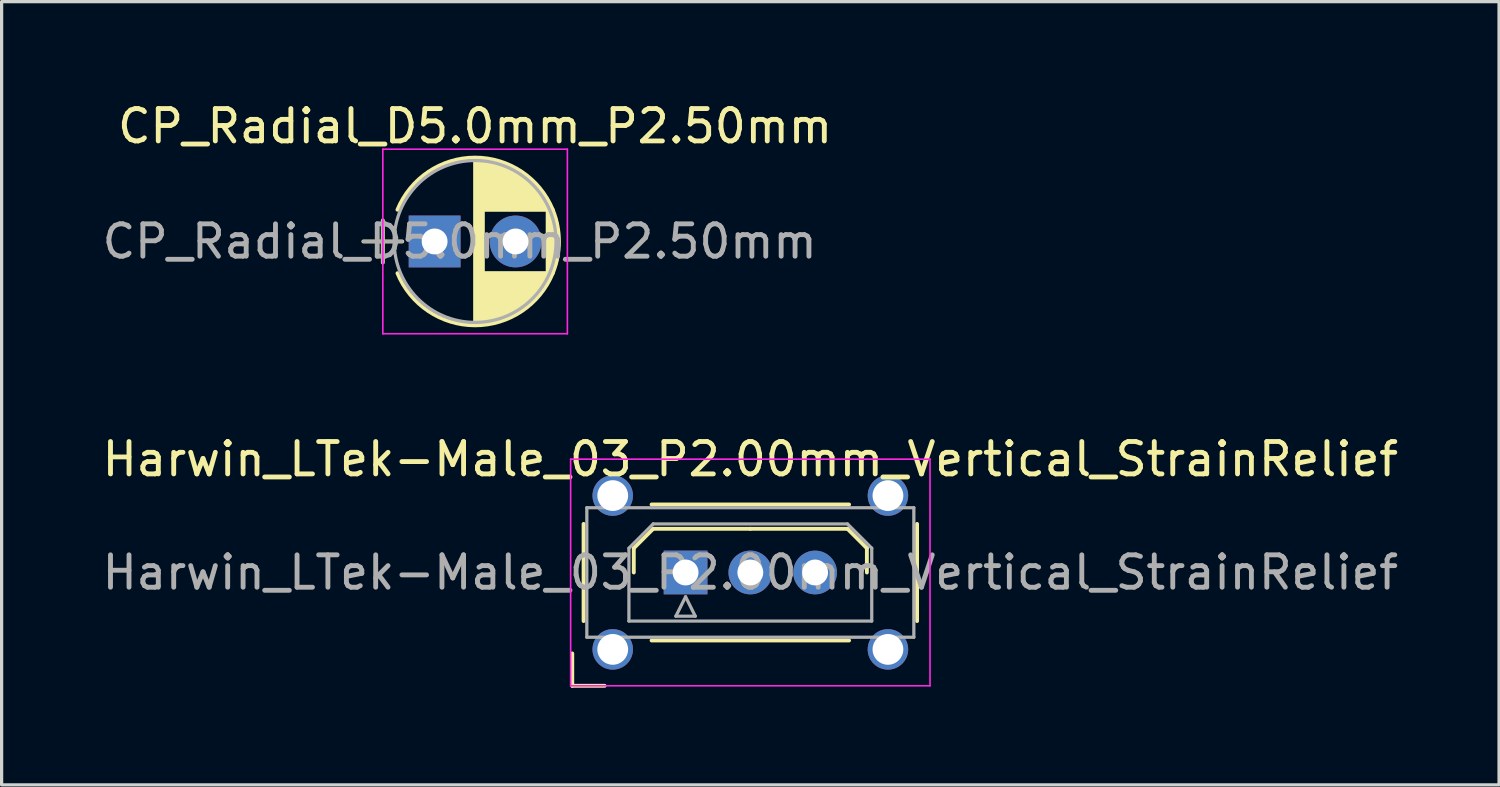
<source format=kicad_pcb>
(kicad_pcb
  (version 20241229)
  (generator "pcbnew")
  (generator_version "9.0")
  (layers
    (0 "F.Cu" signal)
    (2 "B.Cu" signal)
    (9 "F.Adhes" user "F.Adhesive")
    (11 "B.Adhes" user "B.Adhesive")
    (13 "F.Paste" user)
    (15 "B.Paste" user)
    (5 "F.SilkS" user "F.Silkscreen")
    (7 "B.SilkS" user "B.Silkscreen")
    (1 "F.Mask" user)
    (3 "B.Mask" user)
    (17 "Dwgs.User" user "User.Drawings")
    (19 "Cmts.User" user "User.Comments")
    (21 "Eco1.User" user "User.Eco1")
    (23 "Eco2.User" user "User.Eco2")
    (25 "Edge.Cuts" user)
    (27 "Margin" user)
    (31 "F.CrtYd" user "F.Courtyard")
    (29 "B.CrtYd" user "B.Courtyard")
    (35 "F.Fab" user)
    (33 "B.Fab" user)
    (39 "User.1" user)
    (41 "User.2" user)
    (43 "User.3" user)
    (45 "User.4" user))
  (footprint "Harwin_LTek-Male_03_P2.00mm_Vertical_StrainRelief"
    (layer "F.Cu")
    (at 18.125 14.632)
    (property "Reference" "Harwin_LTek-Male_03_P2.00mm_Vertical_StrainRelief" (at 2 -3.5 0) (layer "F.SilkS") (effects (font (size 1 1) (thickness 0.15))))
    (attr through_hole)
    (fp_line (start -3.5 2.5) (end -3.5 3.5) (stroke (width 0.12) (type solid)) (layer "F.SilkS"))
    (fp_line (start -3.5 3.5) (end -2.5 3.5) (stroke (width 0.12) (type solid)) (layer "F.SilkS"))
    (fp_line (start -3.15 -1.5) (end -3.15 1.5) (stroke (width 0.12) (type solid)) (layer "F.SilkS"))
    (fp_line (start -1.6 -0.75) (end -1 -1.35) (stroke (width 0.12) (type solid)) (layer "F.SilkS"))
    (fp_line (start -1.6 0) (end -1.6 -0.75) (stroke (width 0.12) (type solid)) (layer "F.SilkS"))
    (fp_line (start -1.05 -2.1) (end 5.05 -2.1) (stroke (width 0.12) (type solid)) (layer "F.SilkS"))
    (fp_line (start -1.05 2.1) (end 5.05 2.1) (stroke (width 0.12) (type solid)) (layer "F.SilkS"))
    (fp_line (start -1 -1.35) (end 2 -1.35) (stroke (width 0.12) (type solid)) (layer "F.SilkS"))
    (fp_line (start 5 -1.35) (end 2 -1.35) (stroke (width 0.12) (type solid)) (layer "F.SilkS"))
    (fp_line (start 5.6 -0.75) (end 5 -1.35) (stroke (width 0.12) (type solid)) (layer "F.SilkS"))
    (fp_line (start 5.6 0) (end 5.6 -0.75) (stroke (width 0.12) (type solid)) (layer "F.SilkS"))
    (fp_line (start 7.15 -1.5) (end 7.15 1.5) (stroke (width 0.12) (type solid)) (layer "F.SilkS"))
    (fp_line (start -3.55 -3.5) (end -3.55 3.5) (stroke (width 0.05) (type solid)) (layer "F.CrtYd"))
    (fp_line (start -3.55 3.5) (end 7.55 3.5) (stroke (width 0.05) (type solid)) (layer "F.CrtYd"))
    (fp_line (start 7.55 -3.5) (end -3.55 -3.5) (stroke (width 0.05) (type solid)) (layer "F.CrtYd"))
    (fp_line (start 7.55 3.5) (end 7.55 -3.5) (stroke (width 0.05) (type solid)) (layer "F.CrtYd"))
    (fp_line (start -3.05 -2) (end -3.05 2) (stroke (width 0.1) (type solid)) (layer "F.Fab"))
    (fp_line (start -3.05 2) (end 7.05 2) (stroke (width 0.1) (type solid)) (layer "F.Fab"))
    (fp_line (start -1.75 -0.75) (end -1 -1.5) (stroke (width 0.1) (type solid)) (layer "F.Fab"))
    (fp_line (start -1.75 1.5) (end -1.75 -0.75) (stroke (width 0.1) (type solid)) (layer "F.Fab"))
    (fp_line (start -1 -1.5) (end 5 -1.5) (stroke (width 0.1) (type solid)) (layer "F.Fab"))
    (fp_line (start -0.3 1.35) (end 0.3 1.35) (stroke (width 0.1) (type solid)) (layer "F.Fab"))
    (fp_line (start 0 0.75) (end -0.3 1.35) (stroke (width 0.1) (type solid)) (layer "F.Fab"))
    (fp_line (start 0.3 1.35) (end 0 0.75) (stroke (width 0.1) (type solid)) (layer "F.Fab"))
    (fp_line (start 5 -1.5) (end 5.75 -0.75) (stroke (width 0.1) (type solid)) (layer "F.Fab"))
    (fp_line (start 5.75 -0.75) (end 5.75 1.5) (stroke (width 0.1) (type solid)) (layer "F.Fab"))
    (fp_line (start 5.75 1.5) (end -1.75 1.5) (stroke (width 0.1) (type solid)) (layer "F.Fab"))
    (fp_line (start 7.05 -2) (end -3.05 -2) (stroke (width 0.1) (type solid)) (layer "F.Fab"))
    (fp_line (start 7.05 2) (end 7.05 -2) (stroke (width 0.1) (type solid)) (layer "F.Fab"))
    (fp_text user "${REFERENCE}" (at 2 0 0) (layer "F.Fab") (effects (font (size 1 1) (thickness 0.15))))
    (pad "" thru_hole circle (at -2.25 -2.375) (size 1.25 1.25) (drill 0.95) (layers "*.Cu" "*.Mask"))
    (pad "" thru_hole circle (at -2.25 2.375) (size 1.25 1.25) (drill 0.95) (layers "*.Cu" "*.Mask"))
    (pad "" thru_hole circle (at 6.25 -2.375) (size 1.25 1.25) (drill 0.95) (layers "*.Cu" "*.Mask"))
    (pad "" thru_hole circle (at 6.25 2.375) (size 1.25 1.25) (drill 0.95) (layers "*.Cu" "*.Mask"))
    (pad "1" thru_hole rect (at 0 0) (size 1.35 1.35) (drill 0.8) (layers "*.Cu" "*.Mask"))
    (pad "2" thru_hole circle (at 2 0) (size 1.35 1.35) (drill 0.8) (layers "*.Cu" "*.Mask"))
    (pad "3" thru_hole circle (at 4 0) (size 1.35 1.35) (drill 0.8) (layers "*.Cu" "*.Mask")))
  (footprint "CP_Radial_D5.0mm_P2.50mm"
    (layer "F.Cu")
    (at 10.374 4.408)
    (property "Reference" "CP_Radial_D5.0mm_P2.50mm" (at 1.25 -3.56 0) (layer "F.SilkS") (effects (font (size 1 1) (thickness 0.15))))
    (attr through_hole)
    (fp_line (start -2.2 0) (end -1 0) (stroke (width 0.12) (type solid)) (layer "F.SilkS"))
    (fp_line (start -1.6 -0.65) (end -1.6 0.65) (stroke (width 0.12) (type solid)) (layer "F.SilkS"))
    (fp_line (start 1.25 -2.55) (end 1.25 2.55) (stroke (width 0.12) (type solid)) (layer "F.SilkS"))
    (fp_line (start 1.29 -2.55) (end 1.29 2.55) (stroke (width 0.12) (type solid)) (layer "F.SilkS"))
    (fp_line (start 1.33 -2.549) (end 1.33 2.549) (stroke (width 0.12) (type solid)) (layer "F.SilkS"))
    (fp_line (start 1.37 -2.548) (end 1.37 2.548) (stroke (width 0.12) (type solid)) (layer "F.SilkS"))
    (fp_line (start 1.41 -2.546) (end 1.41 2.546) (stroke (width 0.12) (type solid)) (layer "F.SilkS"))
    (fp_line (start 1.45 -2.543) (end 1.45 2.543) (stroke (width 0.12) (type solid)) (layer "F.SilkS"))
    (fp_line (start 1.49 -2.539) (end 1.49 2.539) (stroke (width 0.12) (type solid)) (layer "F.SilkS"))
    (fp_line (start 1.53 -2.535) (end 1.53 -0.98) (stroke (width 0.12) (type solid)) (layer "F.SilkS"))
    (fp_line (start 1.53 0.98) (end 1.53 2.535) (stroke (width 0.12) (type solid)) (layer "F.SilkS"))
    (fp_line (start 1.57 -2.531) (end 1.57 -0.98) (stroke (width 0.12) (type solid)) (layer "F.SilkS"))
    (fp_line (start 1.57 0.98) (end 1.57 2.531) (stroke (width 0.12) (type solid)) (layer "F.SilkS"))
    (fp_line (start 1.61 -2.525) (end 1.61 -0.98) (stroke (width 0.12) (type solid)) (layer "F.SilkS"))
    (fp_line (start 1.61 0.98) (end 1.61 2.525) (stroke (width 0.12) (type solid)) (layer "F.SilkS"))
    (fp_line (start 1.65 -2.519) (end 1.65 -0.98) (stroke (width 0.12) (type solid)) (layer "F.SilkS"))
    (fp_line (start 1.65 0.98) (end 1.65 2.519) (stroke (width 0.12) (type solid)) (layer "F.SilkS"))
    (fp_line (start 1.69 -2.513) (end 1.69 -0.98) (stroke (width 0.12) (type solid)) (layer "F.SilkS"))
    (fp_line (start 1.69 0.98) (end 1.69 2.513) (stroke (width 0.12) (type solid)) (layer "F.SilkS"))
    (fp_line (start 1.73 -2.506) (end 1.73 -0.98) (stroke (width 0.12) (type solid)) (layer "F.SilkS"))
    (fp_line (start 1.73 0.98) (end 1.73 2.506) (stroke (width 0.12) (type solid)) (layer "F.SilkS"))
    (fp_line (start 1.77 -2.498) (end 1.77 -0.98) (stroke (width 0.12) (type solid)) (layer "F.SilkS"))
    (fp_line (start 1.77 0.98) (end 1.77 2.498) (stroke (width 0.12) (type solid)) (layer "F.SilkS"))
    (fp_line (start 1.81 -2.489) (end 1.81 -0.98) (stroke (width 0.12) (type solid)) (layer "F.SilkS"))
    (fp_line (start 1.81 0.98) (end 1.81 2.489) (stroke (width 0.12) (type solid)) (layer "F.SilkS"))
    (fp_line (start 1.85 -2.48) (end 1.85 -0.98) (stroke (width 0.12) (type solid)) (layer "F.SilkS"))
    (fp_line (start 1.85 0.98) (end 1.85 2.48) (stroke (width 0.12) (type solid)) (layer "F.SilkS"))
    (fp_line (start 1.89 -2.47) (end 1.89 -0.98) (stroke (width 0.12) (type solid)) (layer "F.SilkS"))
    (fp_line (start 1.89 0.98) (end 1.89 2.47) (stroke (width 0.12) (type solid)) (layer "F.SilkS"))
    (fp_line (start 1.93 -2.46) (end 1.93 -0.98) (stroke (width 0.12) (type solid)) (layer "F.SilkS"))
    (fp_line (start 1.93 0.98) (end 1.93 2.46) (stroke (width 0.12) (type solid)) (layer "F.SilkS"))
    (fp_line (start 1.971 -2.448) (end 1.971 -0.98) (stroke (width 0.12) (type solid)) (layer "F.SilkS"))
    (fp_line (start 1.971 0.98) (end 1.971 2.448) (stroke (width 0.12) (type solid)) (layer "F.SilkS"))
    (fp_line (start 2.011 -2.436) (end 2.011 -0.98) (stroke (width 0.12) (type solid)) (layer "F.SilkS"))
    (fp_line (start 2.011 0.98) (end 2.011 2.436) (stroke (width 0.12) (type solid)) (layer "F.SilkS"))
    (fp_line (start 2.051 -2.424) (end 2.051 -0.98) (stroke (width 0.12) (type solid)) (layer "F.SilkS"))
    (fp_line (start 2.051 0.98) (end 2.051 2.424) (stroke (width 0.12) (type solid)) (layer "F.SilkS"))
    (fp_line (start 2.091 -2.41) (end 2.091 -0.98) (stroke (width 0.12) (type solid)) (layer "F.SilkS"))
    (fp_line (start 2.091 0.98) (end 2.091 2.41) (stroke (width 0.12) (type solid)) (layer "F.SilkS"))
    (fp_line (start 2.131 -2.396) (end 2.131 -0.98) (stroke (width 0.12) (type solid)) (layer "F.SilkS"))
    (fp_line (start 2.131 0.98) (end 2.131 2.396) (stroke (width 0.12) (type solid)) (layer "F.SilkS"))
    (fp_line (start 2.171 -2.382) (end 2.171 -0.98) (stroke (width 0.12) (type solid)) (layer "F.SilkS"))
    (fp_line (start 2.171 0.98) (end 2.171 2.382) (stroke (width 0.12) (type solid)) (layer "F.SilkS"))
    (fp_line (start 2.211 -2.366) (end 2.211 -0.98) (stroke (width 0.12) (type solid)) (layer "F.SilkS"))
    (fp_line (start 2.211 0.98) (end 2.211 2.366) (stroke (width 0.12) (type solid)) (layer "F.SilkS"))
    (fp_line (start 2.251 -2.35) (end 2.251 -0.98) (stroke (width 0.12) (type solid)) (layer "F.SilkS"))
    (fp_line (start 2.251 0.98) (end 2.251 2.35) (stroke (width 0.12) (type solid)) (layer "F.SilkS"))
    (fp_line (start 2.291 -2.333) (end 2.291 -0.98) (stroke (width 0.12) (type solid)) (layer "F.SilkS"))
    (fp_line (start 2.291 0.98) (end 2.291 2.333) (stroke (width 0.12) (type solid)) (layer "F.SilkS"))
    (fp_line (start 2.331 -2.315) (end 2.331 -0.98) (stroke (width 0.12) (type solid)) (layer "F.SilkS"))
    (fp_line (start 2.331 0.98) (end 2.331 2.315) (stroke (width 0.12) (type solid)) (layer "F.SilkS"))
    (fp_line (start 2.371 -2.296) (end 2.371 -0.98) (stroke (width 0.12) (type solid)) (layer "F.SilkS"))
    (fp_line (start 2.371 0.98) (end 2.371 2.296) (stroke (width 0.12) (type solid)) (layer "F.SilkS"))
    (fp_line (start 2.411 -2.276) (end 2.411 -0.98) (stroke (width 0.12) (type solid)) (layer "F.SilkS"))
    (fp_line (start 2.411 0.98) (end 2.411 2.276) (stroke (width 0.12) (type solid)) (layer "F.SilkS"))
    (fp_line (start 2.451 -2.256) (end 2.451 -0.98) (stroke (width 0.12) (type solid)) (layer "F.SilkS"))
    (fp_line (start 2.451 0.98) (end 2.451 2.256) (stroke (width 0.12) (type solid)) (layer "F.SilkS"))
    (fp_line (start 2.491 -2.234) (end 2.491 -0.98) (stroke (width 0.12) (type solid)) (layer "F.SilkS"))
    (fp_line (start 2.491 0.98) (end 2.491 2.234) (stroke (width 0.12) (type solid)) (layer "F.SilkS"))
    (fp_line (start 2.531 -2.212) (end 2.531 -0.98) (stroke (width 0.12) (type solid)) (layer "F.SilkS"))
    (fp_line (start 2.531 0.98) (end 2.531 2.212) (stroke (width 0.12) (type solid)) (layer "F.SilkS"))
    (fp_line (start 2.571 -2.189) (end 2.571 -0.98) (stroke (width 0.12) (type solid)) (layer "F.SilkS"))
    (fp_line (start 2.571 0.98) (end 2.571 2.189) (stroke (width 0.12) (type solid)) (layer "F.SilkS"))
    (fp_line (start 2.611 -2.165) (end 2.611 -0.98) (stroke (width 0.12) (type solid)) (layer "F.SilkS"))
    (fp_line (start 2.611 0.98) (end 2.611 2.165) (stroke (width 0.12) (type solid)) (layer "F.SilkS"))
    (fp_line (start 2.651 -2.14) (end 2.651 -0.98) (stroke (width 0.12) (type solid)) (layer "F.SilkS"))
    (fp_line (start 2.651 0.98) (end 2.651 2.14) (stroke (width 0.12) (type solid)) (layer "F.SilkS"))
    (fp_line (start 2.691 -2.113) (end 2.691 -0.98) (stroke (width 0.12) (type solid)) (layer "F.SilkS"))
    (fp_line (start 2.691 0.98) (end 2.691 2.113) (stroke (width 0.12) (type solid)) (layer "F.SilkS"))
    (fp_line (start 2.731 -2.086) (end 2.731 -0.98) (stroke (width 0.12) (type solid)) (layer "F.SilkS"))
    (fp_line (start 2.731 0.98) (end 2.731 2.086) (stroke (width 0.12) (type solid)) (layer "F.SilkS"))
    (fp_line (start 2.771 -2.058) (end 2.771 -0.98) (stroke (width 0.12) (type solid)) (layer "F.SilkS"))
    (fp_line (start 2.771 0.98) (end 2.771 2.058) (stroke (width 0.12) (type solid)) (layer "F.SilkS"))
    (fp_line (start 2.811 -2.028) (end 2.811 -0.98) (stroke (width 0.12) (type solid)) (layer "F.SilkS"))
    (fp_line (start 2.811 0.98) (end 2.811 2.028) (stroke (width 0.12) (type solid)) (layer "F.SilkS"))
    (fp_line (start 2.851 -1.997) (end 2.851 -0.98) (stroke (width 0.12) (type solid)) (layer "F.SilkS"))
    (fp_line (start 2.851 0.98) (end 2.851 1.997) (stroke (width 0.12) (type solid)) (layer "F.SilkS"))
    (fp_line (start 2.891 -1.965) (end 2.891 -0.98) (stroke (width 0.12) (type solid)) (layer "F.SilkS"))
    (fp_line (start 2.891 0.98) (end 2.891 1.965) (stroke (width 0.12) (type solid)) (layer "F.SilkS"))
    (fp_line (start 2.931 -1.932) (end 2.931 -0.98) (stroke (width 0.12) (type solid)) (layer "F.SilkS"))
    (fp_line (start 2.931 0.98) (end 2.931 1.932) (stroke (width 0.12) (type solid)) (layer "F.SilkS"))
    (fp_line (start 2.971 -1.897) (end 2.971 -0.98) (stroke (width 0.12) (type solid)) (layer "F.SilkS"))
    (fp_line (start 2.971 0.98) (end 2.971 1.897) (stroke (width 0.12) (type solid)) (layer "F.SilkS"))
    (fp_line (start 3.011 -1.861) (end 3.011 -0.98) (stroke (width 0.12) (type solid)) (layer "F.SilkS"))
    (fp_line (start 3.011 0.98) (end 3.011 1.861) (stroke (width 0.12) (type solid)) (layer "F.SilkS"))
    (fp_line (start 3.051 -1.823) (end 3.051 -0.98) (stroke (width 0.12) (type solid)) (layer "F.SilkS"))
    (fp_line (start 3.051 0.98) (end 3.051 1.823) (stroke (width 0.12) (type solid)) (layer "F.SilkS"))
    (fp_line (start 3.091 -1.783) (end 3.091 -0.98) (stroke (width 0.12) (type solid)) (layer "F.SilkS"))
    (fp_line (start 3.091 0.98) (end 3.091 1.783) (stroke (width 0.12) (type solid)) (layer "F.SilkS"))
    (fp_line (start 3.131 -1.742) (end 3.131 -0.98) (stroke (width 0.12) (type solid)) (layer "F.SilkS"))
    (fp_line (start 3.131 0.98) (end 3.131 1.742) (stroke (width 0.12) (type solid)) (layer "F.SilkS"))
    (fp_line (start 3.171 -1.699) (end 3.171 -0.98) (stroke (width 0.12) (type solid)) (layer "F.SilkS"))
    (fp_line (start 3.171 0.98) (end 3.171 1.699) (stroke (width 0.12) (type solid)) (layer "F.SilkS"))
    (fp_line (start 3.211 -1.654) (end 3.211 -0.98) (stroke (width 0.12) (type solid)) (layer "F.SilkS"))
    (fp_line (start 3.211 0.98) (end 3.211 1.654) (stroke (width 0.12) (type solid)) (layer "F.SilkS"))
    (fp_line (start 3.251 -1.606) (end 3.251 -0.98) (stroke (width 0.12) (type solid)) (layer "F.SilkS"))
    (fp_line (start 3.251 0.98) (end 3.251 1.606) (stroke (width 0.12) (type solid)) (layer "F.SilkS"))
    (fp_line (start 3.291 -1.556) (end 3.291 -0.98) (stroke (width 0.12) (type solid)) (layer "F.SilkS"))
    (fp_line (start 3.291 0.98) (end 3.291 1.556) (stroke (width 0.12) (type solid)) (layer "F.SilkS"))
    (fp_line (start 3.331 -1.504) (end 3.331 -0.98) (stroke (width 0.12) (type solid)) (layer "F.SilkS"))
    (fp_line (start 3.331 0.98) (end 3.331 1.504) (stroke (width 0.12) (type solid)) (layer "F.SilkS"))
    (fp_line (start 3.371 -1.448) (end 3.371 -0.98) (stroke (width 0.12) (type solid)) (layer "F.SilkS"))
    (fp_line (start 3.371 0.98) (end 3.371 1.448) (stroke (width 0.12) (type solid)) (layer "F.SilkS"))
    (fp_line (start 3.411 -1.39) (end 3.411 -0.98) (stroke (width 0.12) (type solid)) (layer "F.SilkS"))
    (fp_line (start 3.411 0.98) (end 3.411 1.39) (stroke (width 0.12) (type solid)) (layer "F.SilkS"))
    (fp_line (start 3.451 -1.327) (end 3.451 -0.98) (stroke (width 0.12) (type solid)) (layer "F.SilkS"))
    (fp_line (start 3.451 0.98) (end 3.451 1.327) (stroke (width 0.12) (type solid)) (layer "F.SilkS"))
    (fp_line (start 3.491 -1.261) (end 3.491 1.261) (stroke (width 0.12) (type solid)) (layer "F.SilkS"))
    (fp_line (start 3.531 -1.189) (end 3.531 1.189) (stroke (width 0.12) (type solid)) (layer "F.SilkS"))
    (fp_line (start 3.571 -1.112) (end 3.571 1.112) (stroke (width 0.12) (type solid)) (layer "F.SilkS"))
    (fp_line (start 3.611 -1.028) (end 3.611 1.028) (stroke (width 0.12) (type solid)) (layer "F.SilkS"))
    (fp_line (start 3.651 -0.934) (end 3.651 0.934) (stroke (width 0.12) (type solid)) (layer "F.SilkS"))
    (fp_line (start 3.691 -0.829) (end 3.691 0.829) (stroke (width 0.12) (type solid)) (layer "F.SilkS"))
    (fp_line (start 3.731 -0.707) (end 3.731 0.707) (stroke (width 0.12) (type solid)) (layer "F.SilkS"))
    (fp_line (start 3.771 -0.559) (end 3.771 0.559) (stroke (width 0.12) (type solid)) (layer "F.SilkS"))
    (fp_line (start 3.811 -0.354) (end 3.811 0.354) (stroke (width 0.12) (type solid)) (layer "F.SilkS"))
    (fp_arc (start -1.147436 -0.98) (mid 1.249244 -2.59) (end 3.646863 -0.9814) (stroke (width 0.12) (type solid)) (layer "F.SilkS"))
    (fp_arc (start 3.646863 0.9814) (mid 1.249244 2.59) (end -1.147436 0.98) (stroke (width 0.12) (type solid)) (layer "F.SilkS"))
    (fp_arc (start 3.647436 -0.98) (mid 3.84 0.000756) (end 3.646863 0.9814) (stroke (width 0.12) (type solid)) (layer "F.SilkS"))
    (fp_line (start -1.6 -2.85) (end -1.6 2.85) (stroke (width 0.05) (type solid)) (layer "F.CrtYd"))
    (fp_line (start -1.6 2.85) (end 4.1 2.85) (stroke (width 0.05) (type solid)) (layer "F.CrtYd"))
    (fp_line (start 4.1 -2.85) (end -1.6 -2.85) (stroke (width 0.05) (type solid)) (layer "F.CrtYd"))
    (fp_line (start 4.1 2.85) (end 4.1 -2.85) (stroke (width 0.05) (type solid)) (layer "F.CrtYd"))
    (fp_line (start -2.2 0) (end -1 0) (stroke (width 0.1) (type solid)) (layer "F.Fab"))
    (fp_line (start -1.6 -0.65) (end -1.6 0.65) (stroke (width 0.1) (type solid)) (layer "F.Fab"))
    (fp_circle (center 1.25 0) (end 3.75 0) (stroke (width 0.1) (type solid)) (fill no) (layer "F.Fab"))
    (fp_text user "${REFERENCE}" (at 0.775 0 0) (layer "F.Fab") (effects (font (size 1 1) (thickness 0.15))))
    (pad "1" thru_hole rect (at 0 0) (size 1.6 1.6) (drill 0.8) (layers "*.Cu" "*.Mask"))
    (pad "2" thru_hole circle (at 2.5 0) (size 1.6 1.6) (drill 0.8) (layers "*.Cu" "*.Mask")))
  (gr_rect
    (start -3 -3)
    (end 43.25 21.192)
    (stroke (width 0.1) (type default))
    (fill no)
    (layer "Edge.Cuts")))
</source>
